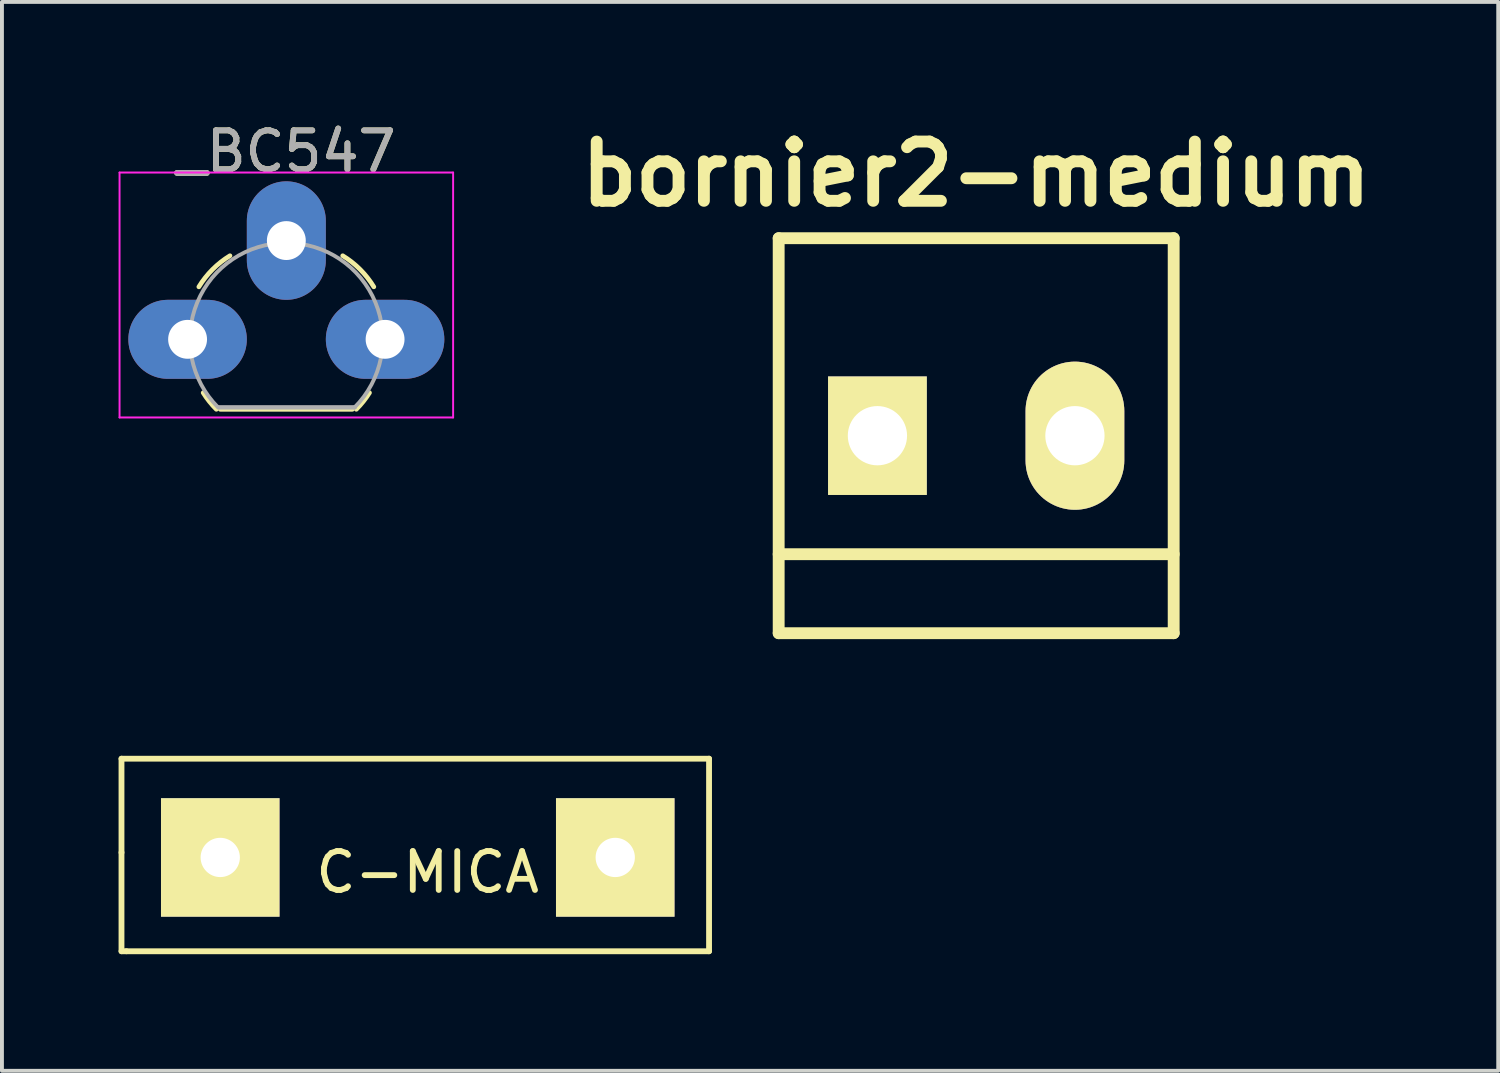
<source format=kicad_pcb>
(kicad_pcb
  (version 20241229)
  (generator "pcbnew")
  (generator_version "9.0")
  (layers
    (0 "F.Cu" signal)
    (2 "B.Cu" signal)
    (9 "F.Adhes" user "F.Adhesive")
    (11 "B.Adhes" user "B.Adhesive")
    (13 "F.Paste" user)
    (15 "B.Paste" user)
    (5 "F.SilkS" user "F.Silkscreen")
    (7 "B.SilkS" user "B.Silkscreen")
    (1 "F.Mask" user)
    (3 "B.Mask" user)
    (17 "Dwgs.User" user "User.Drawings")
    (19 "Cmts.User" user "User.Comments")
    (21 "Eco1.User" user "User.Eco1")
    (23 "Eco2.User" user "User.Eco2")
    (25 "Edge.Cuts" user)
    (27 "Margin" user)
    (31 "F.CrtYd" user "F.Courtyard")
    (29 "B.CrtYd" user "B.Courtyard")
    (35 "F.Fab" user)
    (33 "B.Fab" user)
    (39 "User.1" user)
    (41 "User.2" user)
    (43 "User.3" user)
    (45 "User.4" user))
  (footprint "bornier2-medium"
    (layer "F.Cu")
    (at 22.059 8.157)
    (property "Reference" "bornier2-medium" (at 0 -6.731 0) (layer "F.SilkS") (effects (font (size 1.524 1.524) (thickness 0.305))))
    (attr through_hole)
    (fp_line (start -5.08 -5.08) (end -5.08 5.08) (stroke (width 0.305) (type solid)) (layer "F.SilkS"))
    (fp_line (start -5.08 5.08) (end 5.08 5.08) (stroke (width 0.305) (type solid)) (layer "F.SilkS"))
    (fp_line (start 5.08 -5.08) (end -5.08 -5.08) (stroke (width 0.305) (type solid)) (layer "F.SilkS"))
    (fp_line (start 5.08 3.048) (end -5.08 3.048) (stroke (width 0.305) (type solid)) (layer "F.SilkS"))
    (fp_line (start 5.08 5.08) (end 5.08 -5.08) (stroke (width 0.305) (type solid)) (layer "F.SilkS"))
    (pad "1" thru_hole rect (at -2.54 0) (size 2.54 3.048) (drill 1.524) (layers "*.Cu" "*.Mask" "F.SilkS"))
    (pad "2" thru_hole oval (at 2.54 0) (size 2.54 3.81) (drill 1.524) (layers "*.Cu" "*.Mask" "F.SilkS")))
  (footprint "_BC547"
    (layer "F.Cu")
    (at 1.775 5.678)
    (property "Reference" "_BC547" (at 2.54 -4.83 0) (layer "F.SilkS") (effects (font (size 1 1) (thickness 0.15))))
    (attr through_hole)
    (fp_line (start 0.84 1.8) (end 4.24 1.8) (stroke (width 0.12) (type solid)) (layer "F.SilkS"))
    (fp_arc (start 0.29 -1.35) (mid 0.642148 -1.797734) (end 1.089857 -2.149913) (stroke (width 0.12) (type solid)) (layer "F.SilkS"))
    (fp_arc (start 0.74 1.8) (mid 0.558613 1.596791) (end 0.401376 1.374368) (stroke (width 0.12) (type solid)) (layer "F.SilkS"))
    (fp_arc (start 3.990143 -2.149913) (mid 4.437852 -1.797734) (end 4.79 -1.35) (stroke (width 0.12) (type solid)) (layer "F.SilkS"))
    (fp_arc (start 4.678624 1.374368) (mid 4.521387 1.596791) (end 4.34 1.8) (stroke (width 0.12) (type solid)) (layer "F.SilkS"))
    (fp_line (start -1.75 -4.29) (end -1.75 2.01) (stroke (width 0.05) (type solid)) (layer "F.CrtYd"))
    (fp_line (start -1.75 -4.29) (end 6.83 -4.29) (stroke (width 0.05) (type solid)) (layer "F.CrtYd"))
    (fp_line (start 6.83 2.01) (end -1.75 2.01) (stroke (width 0.05) (type solid)) (layer "F.CrtYd"))
    (fp_line (start 6.83 2.01) (end 6.83 -4.29) (stroke (width 0.05) (type solid)) (layer "F.CrtYd"))
    (fp_line (start 0.8 1.75) (end 4.3 1.75) (stroke (width 0.1) (type solid)) (layer "F.Fab"))
    (fp_line (start 0.8 1.75) (end 4.3 1.75) (stroke (width 0.1) (type solid)) (layer "F.Fab"))
    (fp_arc (start 0.786375 1.753625) (mid 0.248779 -0.949055) (end 2.54 -2.48) (stroke (width 0.1) (type solid)) (layer "F.Fab"))
    (fp_arc (start 2.54 -2.48) (mid 4.831221 -0.949055) (end 4.293625 1.753625) (stroke (width 0.1) (type solid)) (layer "F.Fab"))
    (fp_text user "${REFERENCE}" (at 2.54 -4.83 0) (layer "F.Fab") (effects (font (size 1 1) (thickness 0.15))))
    (pad "1" thru_hole oval (at 0 0 90) (size 2.032 3.048) (drill 1) (layers "*.Cu" "*.Mask"))
    (pad "2" thru_hole oval (at 2.54 -2.54 90) (size 3.048 2.032) (drill 1) (layers "*.Cu" "*.Mask"))
    (pad "3" thru_hole oval (at 5.08 0 90) (size 2.032 3.048) (drill 1) (layers "*.Cu" "*.Mask")))
  (footprint "C-MICA"
    (layer "F.Cu")
    (at 8.203 19.513)
    (property "Reference" "C-MICA" (at -0.254 -0.127 0) (layer "F.SilkS") (effects (font (size 1 1) (thickness 0.15))))
    (attr through_hole)
    (fp_line (start -8.128 -3.048) (end 6.985 -3.048) (stroke (width 0.15) (type solid)) (layer "F.SilkS"))
    (fp_line (start -8.128 -0.635) (end -8.128 -3.048) (stroke (width 0.15) (type solid)) (layer "F.SilkS"))
    (fp_line (start -8.128 1.905) (end -8.128 -0.635) (stroke (width 0.15) (type solid)) (layer "F.SilkS"))
    (fp_line (start -8.001 1.905) (end -8.128 1.905) (stroke (width 0.15) (type solid)) (layer "F.SilkS"))
    (fp_line (start 6.985 -3.048) (end 6.985 1.905) (stroke (width 0.15) (type solid)) (layer "F.SilkS"))
    (fp_line (start 6.985 1.905) (end -8.001 1.905) (stroke (width 0.15) (type solid)) (layer "F.SilkS"))
    (pad "1" thru_hole rect (at -5.588 -0.508) (size 3.048 3.048) (drill 1.01) (layers "*.Cu" "*.Mask" "F.SilkS"))
    (pad "2" thru_hole rect (at 4.572 -0.508) (size 3.048 3.048) (drill 1.01) (layers "*.Cu" "*.Mask" "F.SilkS")))
  (gr_rect
    (start -3 -3)
    (end 35.487 24.493)
    (stroke (width 0.1) (type default))
    (fill no)
    (layer "Edge.Cuts")))
</source>
